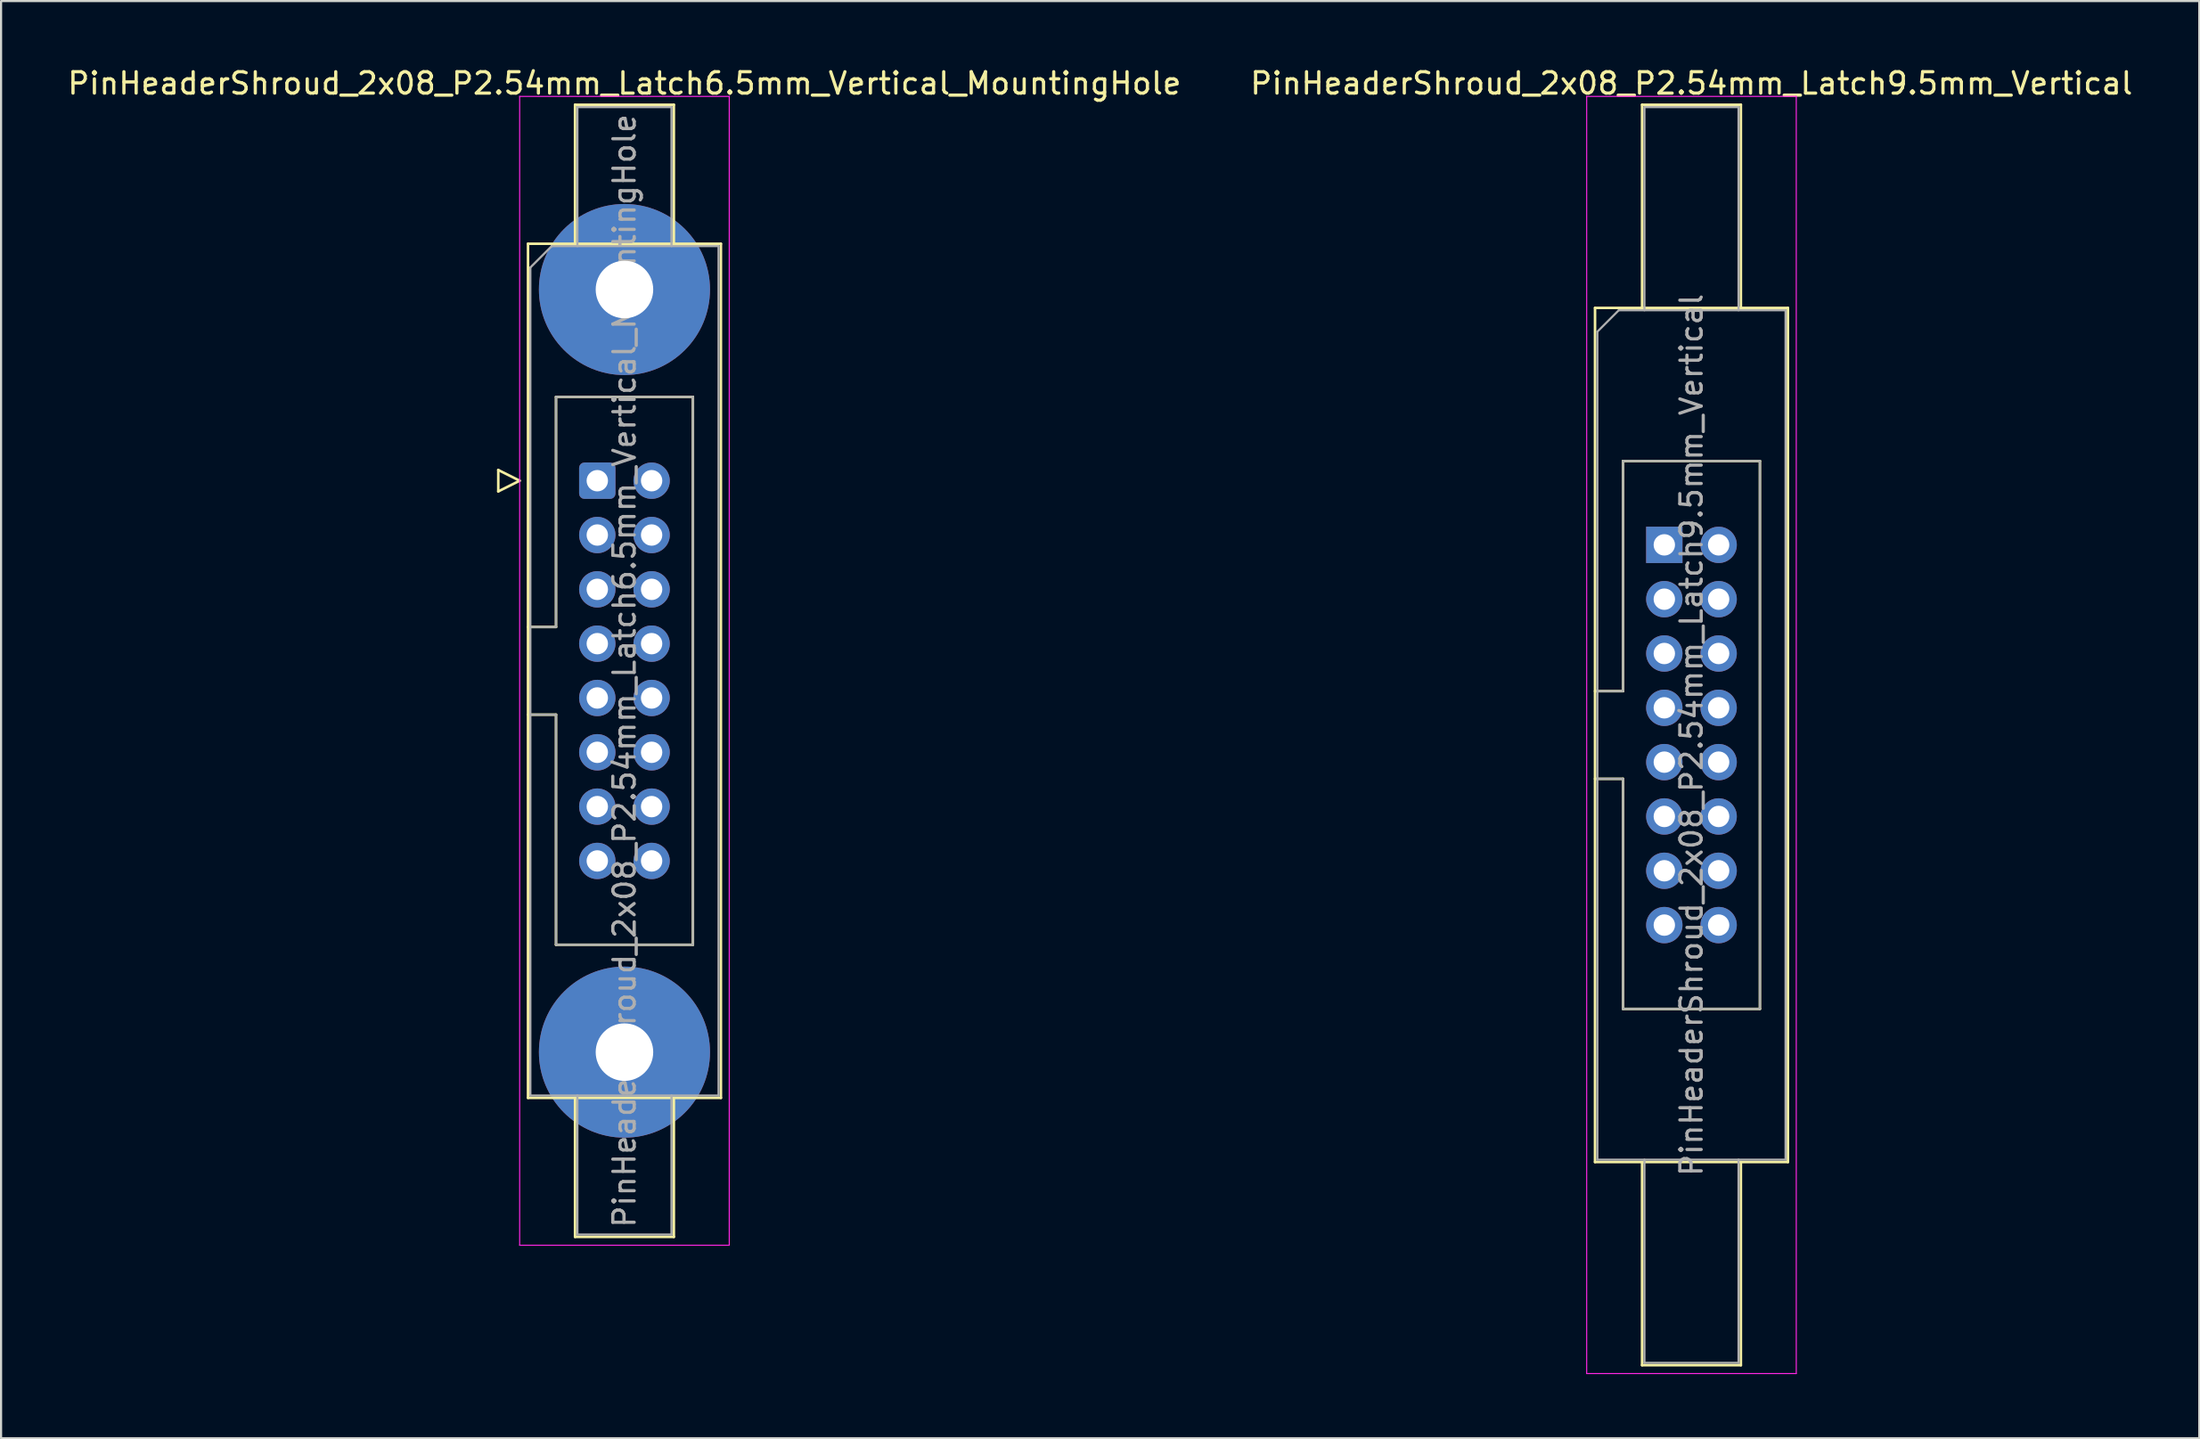
<source format=kicad_pcb>
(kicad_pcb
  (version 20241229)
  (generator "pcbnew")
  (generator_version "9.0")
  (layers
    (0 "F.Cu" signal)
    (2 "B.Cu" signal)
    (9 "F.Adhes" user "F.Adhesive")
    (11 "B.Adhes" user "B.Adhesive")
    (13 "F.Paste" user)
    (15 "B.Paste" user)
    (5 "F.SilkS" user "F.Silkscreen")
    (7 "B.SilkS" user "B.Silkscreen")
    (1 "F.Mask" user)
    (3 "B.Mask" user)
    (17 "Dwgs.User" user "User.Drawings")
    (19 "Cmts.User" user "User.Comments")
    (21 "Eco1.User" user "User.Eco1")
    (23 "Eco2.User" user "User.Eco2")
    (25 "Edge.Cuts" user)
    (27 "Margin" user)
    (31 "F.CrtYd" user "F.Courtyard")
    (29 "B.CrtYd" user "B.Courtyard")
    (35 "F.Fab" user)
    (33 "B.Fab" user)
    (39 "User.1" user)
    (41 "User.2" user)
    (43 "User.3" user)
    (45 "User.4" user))
  (footprint "PinHeaderShroud_2x08_P2.54mm_Latch6.5mm_Vertical_MountingHole"
    (layer "F.Cu")
    (at 24.879 19.428)
    (property "Reference" "PinHeaderShroud_2x08_P2.54mm_Latch6.5mm_Vertical_MountingHole" (at 1.27 -18.58 0) (layer "F.SilkS") (effects (font (size 1 1) (thickness 0.15))))
    (attr through_hole)
    (fp_line (start -4.63 -0.5) (end -4.63 0.5) (stroke (width 0.12) (type solid)) (layer "F.SilkS"))
    (fp_line (start -4.63 0.5) (end -3.63 0) (stroke (width 0.12) (type solid)) (layer "F.SilkS"))
    (fp_line (start -3.63 0) (end -4.63 -0.5) (stroke (width 0.12) (type solid)) (layer "F.SilkS"))
    (fp_line (start -3.24 -11.08) (end 5.78 -11.08) (stroke (width 0.12) (type solid)) (layer "F.SilkS"))
    (fp_line (start -3.24 6.84) (end -1.93 6.84) (stroke (width 0.12) (type solid)) (layer "F.SilkS"))
    (fp_line (start -3.24 10.94) (end -1.93 10.94) (stroke (width 0.12) (type solid)) (layer "F.SilkS"))
    (fp_line (start -3.24 28.86) (end -3.24 -11.08) (stroke (width 0.12) (type solid)) (layer "F.SilkS"))
    (fp_line (start -1.93 -3.92) (end 4.47 -3.92) (stroke (width 0.12) (type solid)) (layer "F.SilkS"))
    (fp_line (start -1.93 6.84) (end -1.93 -3.92) (stroke (width 0.12) (type solid)) (layer "F.SilkS"))
    (fp_line (start -1.93 21.7) (end -1.93 10.94) (stroke (width 0.12) (type solid)) (layer "F.SilkS"))
    (fp_line (start -1.04 -17.58) (end 3.58 -17.58) (stroke (width 0.12) (type solid)) (layer "F.SilkS"))
    (fp_line (start -1.04 -11.08) (end -1.04 -17.58) (stroke (width 0.12) (type solid)) (layer "F.SilkS"))
    (fp_line (start -1.04 28.86) (end -1.04 35.36) (stroke (width 0.12) (type solid)) (layer "F.SilkS"))
    (fp_line (start -1.04 35.36) (end 3.58 35.36) (stroke (width 0.12) (type solid)) (layer "F.SilkS"))
    (fp_line (start 3.58 -17.58) (end 3.58 -11.08) (stroke (width 0.12) (type solid)) (layer "F.SilkS"))
    (fp_line (start 3.58 35.36) (end 3.58 28.86) (stroke (width 0.12) (type solid)) (layer "F.SilkS"))
    (fp_line (start 4.47 -3.92) (end 4.47 21.7) (stroke (width 0.12) (type solid)) (layer "F.SilkS"))
    (fp_line (start 4.47 21.7) (end -1.93 21.7) (stroke (width 0.12) (type solid)) (layer "F.SilkS"))
    (fp_line (start 5.78 -11.08) (end 5.78 28.86) (stroke (width 0.12) (type solid)) (layer "F.SilkS"))
    (fp_line (start 5.78 28.86) (end -3.24 28.86) (stroke (width 0.12) (type solid)) (layer "F.SilkS"))
    (fp_line (start -3.63 -17.97) (end -3.63 35.75) (stroke (width 0.05) (type solid)) (layer "F.CrtYd"))
    (fp_line (start -3.63 35.75) (end 6.17 35.75) (stroke (width 0.05) (type solid)) (layer "F.CrtYd"))
    (fp_line (start 6.17 -17.97) (end -3.63 -17.97) (stroke (width 0.05) (type solid)) (layer "F.CrtYd"))
    (fp_line (start 6.17 35.75) (end 6.17 -17.97) (stroke (width 0.05) (type solid)) (layer "F.CrtYd"))
    (fp_line (start -3.13 -9.97) (end -2.13 -10.97) (stroke (width 0.1) (type solid)) (layer "F.Fab"))
    (fp_line (start -3.13 6.84) (end -1.93 6.84) (stroke (width 0.1) (type solid)) (layer "F.Fab"))
    (fp_line (start -3.13 10.94) (end -1.93 10.94) (stroke (width 0.1) (type solid)) (layer "F.Fab"))
    (fp_line (start -3.13 28.75) (end -3.13 -9.97) (stroke (width 0.1) (type solid)) (layer "F.Fab"))
    (fp_line (start -2.13 -10.97) (end 5.67 -10.97) (stroke (width 0.1) (type solid)) (layer "F.Fab"))
    (fp_line (start -1.93 -3.92) (end 4.47 -3.92) (stroke (width 0.1) (type solid)) (layer "F.Fab"))
    (fp_line (start -1.93 6.84) (end -1.93 -3.92) (stroke (width 0.1) (type solid)) (layer "F.Fab"))
    (fp_line (start -1.93 21.7) (end -1.93 10.94) (stroke (width 0.1) (type solid)) (layer "F.Fab"))
    (fp_line (start -0.93 -17.47) (end 3.47 -17.47) (stroke (width 0.1) (type solid)) (layer "F.Fab"))
    (fp_line (start -0.93 -10.97) (end -0.93 -17.47) (stroke (width 0.1) (type solid)) (layer "F.Fab"))
    (fp_line (start -0.93 28.75) (end -0.93 35.25) (stroke (width 0.1) (type solid)) (layer "F.Fab"))
    (fp_line (start -0.93 35.25) (end 3.47 35.25) (stroke (width 0.1) (type solid)) (layer "F.Fab"))
    (fp_line (start 3.47 -17.47) (end 3.47 -10.97) (stroke (width 0.1) (type solid)) (layer "F.Fab"))
    (fp_line (start 3.47 35.25) (end 3.47 28.75) (stroke (width 0.1) (type solid)) (layer "F.Fab"))
    (fp_line (start 4.47 -3.92) (end 4.47 21.7) (stroke (width 0.1) (type solid)) (layer "F.Fab"))
    (fp_line (start 4.47 21.7) (end -1.93 21.7) (stroke (width 0.1) (type solid)) (layer "F.Fab"))
    (fp_line (start 5.67 -10.97) (end 5.67 28.75) (stroke (width 0.1) (type solid)) (layer "F.Fab"))
    (fp_line (start 5.67 28.75) (end -3.13 28.75) (stroke (width 0.1) (type solid)) (layer "F.Fab"))
    (fp_text user "${REFERENCE}" (at 1.27 8.89 90) (layer "F.Fab") (effects (font (size 1 1) (thickness 0.15))))
    (pad "" thru_hole circle (at 1.27 -8.94) (size 8 8) (drill 2.69) (layers "*.Cu" "*.Mask"))
    (pad "" thru_hole circle (at 1.27 26.72) (size 8 8) (drill 2.69) (layers "*.Cu" "*.Mask"))
    (pad "1" thru_hole roundrect (at 0 0) (size 1.7 1.7) (drill 1) (layers "*.Cu" "*.Mask") (roundrect_rratio 0.147))
    (pad "2" thru_hole circle (at 2.54 0) (size 1.7 1.7) (drill 1) (layers "*.Cu" "*.Mask"))
    (pad "3" thru_hole circle (at 0 2.54) (size 1.7 1.7) (drill 1) (layers "*.Cu" "*.Mask"))
    (pad "4" thru_hole circle (at 2.54 2.54) (size 1.7 1.7) (drill 1) (layers "*.Cu" "*.Mask"))
    (pad "5" thru_hole circle (at 0 5.08) (size 1.7 1.7) (drill 1) (layers "*.Cu" "*.Mask"))
    (pad "6" thru_hole circle (at 2.54 5.08) (size 1.7 1.7) (drill 1) (layers "*.Cu" "*.Mask"))
    (pad "7" thru_hole circle (at 0 7.62) (size 1.7 1.7) (drill 1) (layers "*.Cu" "*.Mask"))
    (pad "8" thru_hole circle (at 2.54 7.62) (size 1.7 1.7) (drill 1) (layers "*.Cu" "*.Mask"))
    (pad "9" thru_hole circle (at 0 10.16) (size 1.7 1.7) (drill 1) (layers "*.Cu" "*.Mask"))
    (pad "10" thru_hole circle (at 2.54 10.16) (size 1.7 1.7) (drill 1) (layers "*.Cu" "*.Mask"))
    (pad "11" thru_hole circle (at 0 12.7) (size 1.7 1.7) (drill 1) (layers "*.Cu" "*.Mask"))
    (pad "12" thru_hole circle (at 2.54 12.7) (size 1.7 1.7) (drill 1) (layers "*.Cu" "*.Mask"))
    (pad "13" thru_hole circle (at 0 15.24) (size 1.7 1.7) (drill 1) (layers "*.Cu" "*.Mask"))
    (pad "14" thru_hole circle (at 2.54 15.24) (size 1.7 1.7) (drill 1) (layers "*.Cu" "*.Mask"))
    (pad "15" thru_hole circle (at 0 17.78) (size 1.7 1.7) (drill 1) (layers "*.Cu" "*.Mask"))
    (pad "16" thru_hole circle (at 2.54 17.78) (size 1.7 1.7) (drill 1) (layers "*.Cu" "*.Mask")))
  (footprint "PinHeaderShroud_2x08_P2.54mm_Latch9.5mm_Vertical"
    (layer "F.Cu")
    (at 74.772 22.428)
    (property "Reference" "PinHeaderShroud_2x08_P2.54mm_Latch9.5mm_Vertical" (at 1.27 -21.58 0) (layer "F.SilkS") (effects (font (size 1 1) (thickness 0.15))))
    (attr through_hole)
    (fp_line (start -3.24 -11.08) (end 5.78 -11.08) (stroke (width 0.12) (type solid)) (layer "F.SilkS"))
    (fp_line (start -3.24 6.84) (end -1.93 6.84) (stroke (width 0.12) (type solid)) (layer "F.SilkS"))
    (fp_line (start -3.24 10.94) (end -1.93 10.94) (stroke (width 0.12) (type solid)) (layer "F.SilkS"))
    (fp_line (start -3.24 28.86) (end -3.24 -11.08) (stroke (width 0.12) (type solid)) (layer "F.SilkS"))
    (fp_line (start -1.93 -3.92) (end 4.47 -3.92) (stroke (width 0.12) (type solid)) (layer "F.SilkS"))
    (fp_line (start -1.93 6.84) (end -1.93 -3.92) (stroke (width 0.12) (type solid)) (layer "F.SilkS"))
    (fp_line (start -1.93 21.7) (end -1.93 10.94) (stroke (width 0.12) (type solid)) (layer "F.SilkS"))
    (fp_line (start -1.04 -20.58) (end 3.58 -20.58) (stroke (width 0.12) (type solid)) (layer "F.SilkS"))
    (fp_line (start -1.04 -11.08) (end -1.04 -20.58) (stroke (width 0.12) (type solid)) (layer "F.SilkS"))
    (fp_line (start -1.04 28.86) (end -1.04 38.36) (stroke (width 0.12) (type solid)) (layer "F.SilkS"))
    (fp_line (start -1.04 38.36) (end 3.58 38.36) (stroke (width 0.12) (type solid)) (layer "F.SilkS"))
    (fp_line (start 3.58 -20.58) (end 3.58 -11.08) (stroke (width 0.12) (type solid)) (layer "F.SilkS"))
    (fp_line (start 3.58 38.36) (end 3.58 28.86) (stroke (width 0.12) (type solid)) (layer "F.SilkS"))
    (fp_line (start 4.47 -3.92) (end 4.47 21.7) (stroke (width 0.12) (type solid)) (layer "F.SilkS"))
    (fp_line (start 4.47 21.7) (end -1.93 21.7) (stroke (width 0.12) (type solid)) (layer "F.SilkS"))
    (fp_line (start 5.78 -11.08) (end 5.78 28.86) (stroke (width 0.12) (type solid)) (layer "F.SilkS"))
    (fp_line (start 5.78 28.86) (end -3.24 28.86) (stroke (width 0.12) (type solid)) (layer "F.SilkS"))
    (fp_line (start -3.63 -20.97) (end -3.63 38.75) (stroke (width 0.05) (type solid)) (layer "F.CrtYd"))
    (fp_line (start -3.63 38.75) (end 6.17 38.75) (stroke (width 0.05) (type solid)) (layer "F.CrtYd"))
    (fp_line (start 6.17 -20.97) (end -3.63 -20.97) (stroke (width 0.05) (type solid)) (layer "F.CrtYd"))
    (fp_line (start 6.17 38.75) (end 6.17 -20.97) (stroke (width 0.05) (type solid)) (layer "F.CrtYd"))
    (fp_line (start -3.13 -9.97) (end -2.13 -10.97) (stroke (width 0.1) (type solid)) (layer "F.Fab"))
    (fp_line (start -3.13 6.84) (end -1.93 6.84) (stroke (width 0.1) (type solid)) (layer "F.Fab"))
    (fp_line (start -3.13 10.94) (end -1.93 10.94) (stroke (width 0.1) (type solid)) (layer "F.Fab"))
    (fp_line (start -3.13 28.75) (end -3.13 -9.97) (stroke (width 0.1) (type solid)) (layer "F.Fab"))
    (fp_line (start -2.13 -10.97) (end 5.67 -10.97) (stroke (width 0.1) (type solid)) (layer "F.Fab"))
    (fp_line (start -1.93 -3.92) (end 4.47 -3.92) (stroke (width 0.1) (type solid)) (layer "F.Fab"))
    (fp_line (start -1.93 6.84) (end -1.93 -3.92) (stroke (width 0.1) (type solid)) (layer "F.Fab"))
    (fp_line (start -1.93 21.7) (end -1.93 10.94) (stroke (width 0.1) (type solid)) (layer "F.Fab"))
    (fp_line (start -0.93 -20.47) (end 3.47 -20.47) (stroke (width 0.1) (type solid)) (layer "F.Fab"))
    (fp_line (start -0.93 -10.97) (end -0.93 -20.47) (stroke (width 0.1) (type solid)) (layer "F.Fab"))
    (fp_line (start -0.93 28.75) (end -0.93 38.25) (stroke (width 0.1) (type solid)) (layer "F.Fab"))
    (fp_line (start -0.93 38.25) (end 3.47 38.25) (stroke (width 0.1) (type solid)) (layer "F.Fab"))
    (fp_line (start 3.47 -20.47) (end 3.47 -10.97) (stroke (width 0.1) (type solid)) (layer "F.Fab"))
    (fp_line (start 3.47 38.25) (end 3.47 28.75) (stroke (width 0.1) (type solid)) (layer "F.Fab"))
    (fp_line (start 4.47 -3.92) (end 4.47 21.7) (stroke (width 0.1) (type solid)) (layer "F.Fab"))
    (fp_line (start 4.47 21.7) (end -1.93 21.7) (stroke (width 0.1) (type solid)) (layer "F.Fab"))
    (fp_line (start 5.67 -10.97) (end 5.67 28.75) (stroke (width 0.1) (type solid)) (layer "F.Fab"))
    (fp_line (start 5.67 28.75) (end -3.13 28.75) (stroke (width 0.1) (type solid)) (layer "F.Fab"))
    (fp_text user "${REFERENCE}" (at 1.27 8.89 90) (layer "F.Fab") (effects (font (size 1 1) (thickness 0.15))))
    (pad "1" thru_hole rect (at 0 0) (size 1.7 1.7) (drill 1) (layers "*.Cu" "*.Mask"))
    (pad "2" thru_hole circle (at 2.54 0) (size 1.7 1.7) (drill 1) (layers "*.Cu" "*.Mask"))
    (pad "3" thru_hole circle (at 0 2.54) (size 1.7 1.7) (drill 1) (layers "*.Cu" "*.Mask"))
    (pad "4" thru_hole circle (at 2.54 2.54) (size 1.7 1.7) (drill 1) (layers "*.Cu" "*.Mask"))
    (pad "5" thru_hole circle (at 0 5.08) (size 1.7 1.7) (drill 1) (layers "*.Cu" "*.Mask"))
    (pad "6" thru_hole circle (at 2.54 5.08) (size 1.7 1.7) (drill 1) (layers "*.Cu" "*.Mask"))
    (pad "7" thru_hole circle (at 0 7.62) (size 1.7 1.7) (drill 1) (layers "*.Cu" "*.Mask"))
    (pad "8" thru_hole circle (at 2.54 7.62) (size 1.7 1.7) (drill 1) (layers "*.Cu" "*.Mask"))
    (pad "9" thru_hole circle (at 0 10.16) (size 1.7 1.7) (drill 1) (layers "*.Cu" "*.Mask"))
    (pad "10" thru_hole circle (at 2.54 10.16) (size 1.7 1.7) (drill 1) (layers "*.Cu" "*.Mask"))
    (pad "11" thru_hole circle (at 0 12.7) (size 1.7 1.7) (drill 1) (layers "*.Cu" "*.Mask"))
    (pad "12" thru_hole circle (at 2.54 12.7) (size 1.7 1.7) (drill 1) (layers "*.Cu" "*.Mask"))
    (pad "13" thru_hole circle (at 0 15.24) (size 1.7 1.7) (drill 1) (layers "*.Cu" "*.Mask"))
    (pad "14" thru_hole circle (at 2.54 15.24) (size 1.7 1.7) (drill 1) (layers "*.Cu" "*.Mask"))
    (pad "15" thru_hole circle (at 0 17.78) (size 1.7 1.7) (drill 1) (layers "*.Cu" "*.Mask"))
    (pad "16" thru_hole circle (at 2.54 17.78) (size 1.7 1.7) (drill 1) (layers "*.Cu" "*.Mask")))
  (gr_rect
    (start -3 -3)
    (end 99.786 64.203)
    (stroke (width 0.1) (type default))
    (fill no)
    (layer "Edge.Cuts")))
</source>
